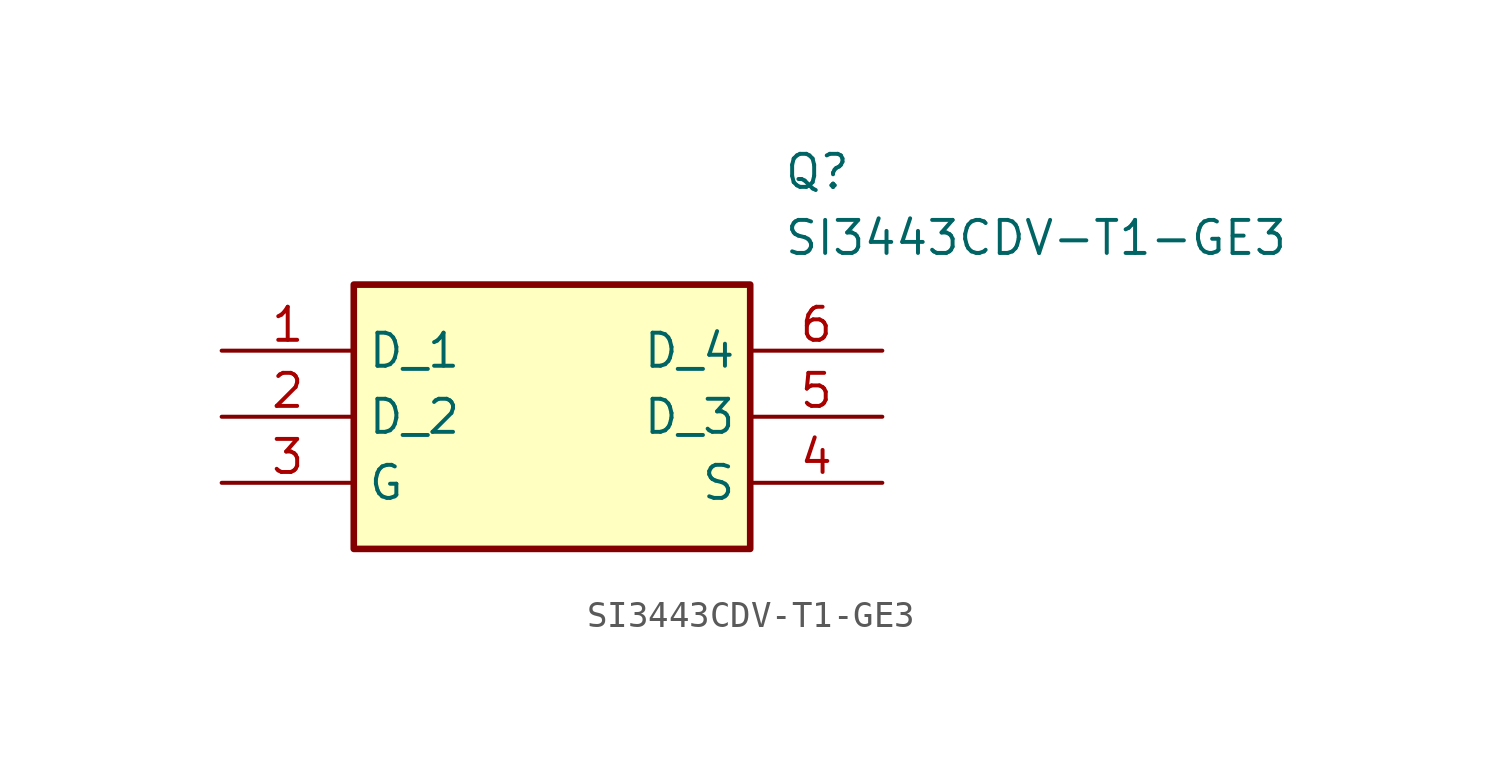
<source format=kicad_sym>
(kicad_symbol_lib
  (version 20211014)
  (generator SamacSys_ECAD_Model)
  (symbol "SI3443CDV-T1-GE3"
    (property "Reference" "Q"
      (at 21.59 7.62 0)
      (effects (font (size 1.27 1.27)) (justify left top)))
    (property "Value" "SI3443CDV-T1-GE3"
      (at 21.59 5.08 0)
      (effects (font (size 1.27 1.27)) (justify left top)))
    (rectangle
      (start 5.08 2.54)
      (end 20.32 -7.62)
      (stroke (width 0.254) (type default))
      (fill (type background)))
    (pin passive line
      (at 0 0 0)
      (length 5.08)
      (name "D_1" (effects (font (size 1.27 1.27))))
      (number "1" (effects (font (size 1.27 1.27)))))
    (pin passive line
      (at 0 -2.54 0)
      (length 5.08)
      (name "D_2" (effects (font (size 1.27 1.27))))
      (number "2" (effects (font (size 1.27 1.27)))))
    (pin passive line
      (at 0 -5.08 0)
      (length 5.08)
      (name "G" (effects (font (size 1.27 1.27))))
      (number "3" (effects (font (size 1.27 1.27)))))
    (pin passive line
      (at 25.4 0 180)
      (length 5.08)
      (name "D_4" (effects (font (size 1.27 1.27))))
      (number "6" (effects (font (size 1.27 1.27)))))
    (pin passive line
      (at 25.4 -2.54 180)
      (length 5.08)
      (name "D_3" (effects (font (size 1.27 1.27))))
      (number "5" (effects (font (size 1.27 1.27)))))
    (pin passive line
      (at 25.4 -5.08 180)
      (length 5.08)
      (name "S" (effects (font (size 1.27 1.27))))
      (number "4" (effects (font (size 1.27 1.27)))))))
</source>
